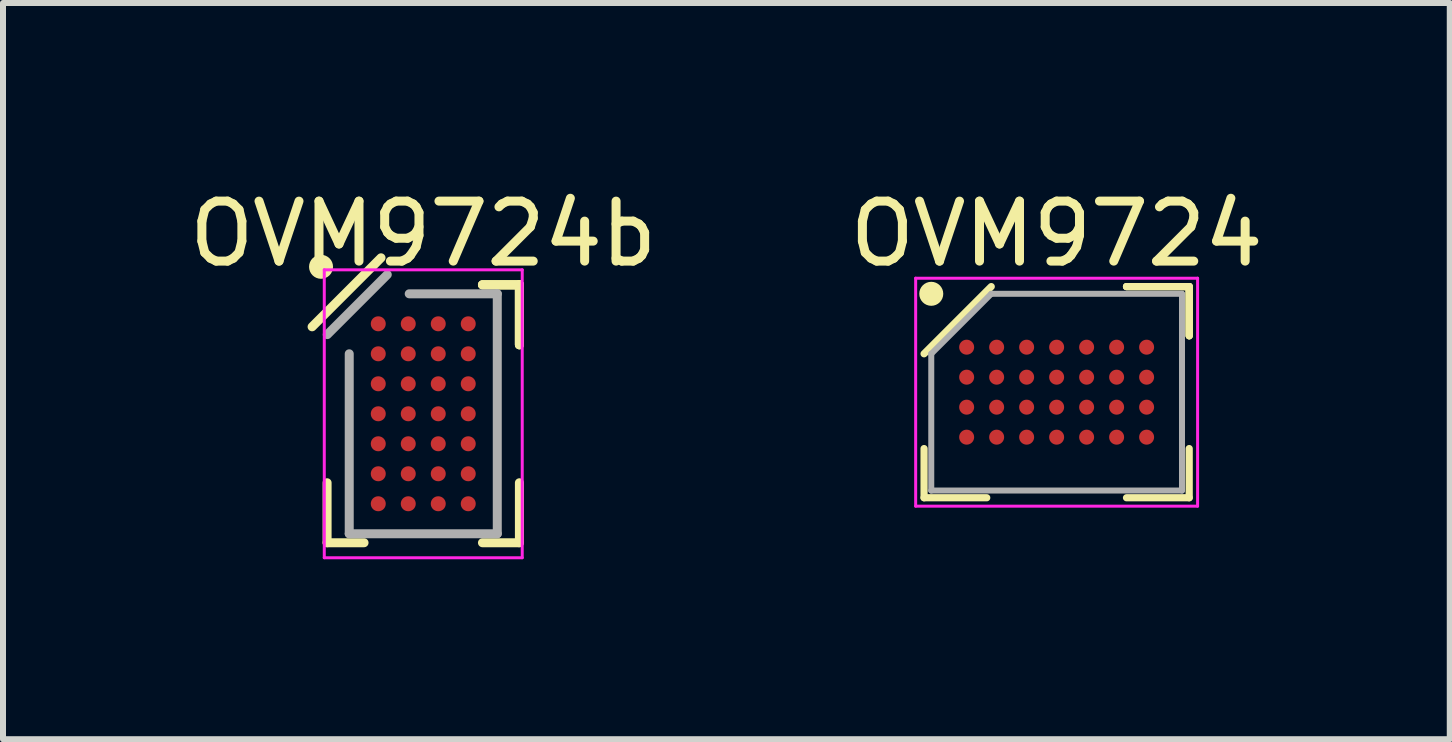
<source format=kicad_pcb>
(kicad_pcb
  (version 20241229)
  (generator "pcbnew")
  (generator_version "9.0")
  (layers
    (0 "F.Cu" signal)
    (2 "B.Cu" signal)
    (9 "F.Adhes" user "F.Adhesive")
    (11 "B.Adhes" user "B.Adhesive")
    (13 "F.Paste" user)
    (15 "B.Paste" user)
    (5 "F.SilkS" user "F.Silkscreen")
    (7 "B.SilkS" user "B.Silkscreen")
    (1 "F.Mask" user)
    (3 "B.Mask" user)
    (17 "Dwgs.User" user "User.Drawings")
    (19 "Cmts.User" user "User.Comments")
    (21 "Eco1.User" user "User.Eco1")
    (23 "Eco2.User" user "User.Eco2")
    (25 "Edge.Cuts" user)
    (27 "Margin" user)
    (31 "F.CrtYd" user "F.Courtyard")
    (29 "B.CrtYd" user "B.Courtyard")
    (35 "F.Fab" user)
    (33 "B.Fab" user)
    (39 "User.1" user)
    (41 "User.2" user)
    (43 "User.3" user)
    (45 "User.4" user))
  (footprint "OVM9724"
    (layer "F.Cu")
    (at 14.565 3.488)
    (property "Reference" "OVM9724" (at 0 -2.64 0) (layer "F.SilkS") (effects (font (size 1 1) (thickness 0.15))))
    (attr smd)
    (fp_line (start -2.21 1.76) (end -2.21 0.94) (stroke (width 0.12) (type solid)) (layer "F.SilkS"))
    (fp_line (start -1.165 1.76) (end -2.21 1.76) (stroke (width 0.12) (type solid)) (layer "F.SilkS"))
    (fp_line (start -1.09 -1.76) (end -2.21 -0.64) (stroke (width 0.12) (type solid)) (layer "F.SilkS"))
    (fp_line (start 1.165 -1.76) (end 2.21 -1.76) (stroke (width 0.12) (type solid)) (layer "F.SilkS"))
    (fp_line (start 1.165 -1.76) (end 2.21 -1.76) (stroke (width 0.12) (type solid)) (layer "F.SilkS"))
    (fp_line (start 1.165 -1.76) (end 2.21 -1.76) (stroke (width 0.12) (type solid)) (layer "F.SilkS"))
    (fp_line (start 1.165 1.76) (end 2.21 1.76) (stroke (width 0.12) (type solid)) (layer "F.SilkS"))
    (fp_line (start 2.21 -1.76) (end 2.21 -0.94) (stroke (width 0.12) (type solid)) (layer "F.SilkS"))
    (fp_line (start 2.21 -1.76) (end 2.21 -0.94) (stroke (width 0.12) (type solid)) (layer "F.SilkS"))
    (fp_line (start 2.21 -1.76) (end 2.21 -0.94) (stroke (width 0.12) (type solid)) (layer "F.SilkS"))
    (fp_line (start 2.21 1.76) (end 2.21 0.94) (stroke (width 0.12) (type solid)) (layer "F.SilkS"))
    (fp_circle (center -2.09 -1.64) (end -2.09 -1.54) (stroke (width 0.2) (type solid)) (fill no) (layer "F.SilkS"))
    (fp_line (start -2.35 -1.9) (end 2.35 -1.9) (stroke (width 0.05) (type solid)) (layer "F.CrtYd"))
    (fp_line (start -2.35 1.9) (end -2.35 -1.9) (stroke (width 0.05) (type solid)) (layer "F.CrtYd"))
    (fp_line (start 2.35 -1.9) (end 2.35 1.9) (stroke (width 0.05) (type solid)) (layer "F.CrtYd"))
    (fp_line (start 2.35 1.9) (end -2.35 1.9) (stroke (width 0.05) (type solid)) (layer "F.CrtYd"))
    (fp_line (start -2.09 -0.64) (end -2.09 1.64) (stroke (width 0.1) (type solid)) (layer "F.Fab"))
    (fp_line (start -2.09 1.64) (end 2.09 1.64) (stroke (width 0.1) (type solid)) (layer "F.Fab"))
    (fp_line (start -1.09 -1.64) (end -2.09 -0.64) (stroke (width 0.1) (type solid)) (layer "F.Fab"))
    (fp_line (start 2.09 -1.64) (end -1.09 -1.64) (stroke (width 0.1) (type solid)) (layer "F.Fab"))
    (fp_line (start 2.09 1.64) (end 2.09 -1.64) (stroke (width 0.1) (type solid)) (layer "F.Fab"))
    (pad "A1" smd circle (at -1.5 -0.75) (size 0.25 0.25) (layers "F.Cu" "F.Mask" "F.Paste"))
    (pad "A2" smd circle (at -1 -0.75) (size 0.25 0.25) (layers "F.Cu" "F.Mask" "F.Paste"))
    (pad "A3" smd circle (at -0.5 -0.75) (size 0.25 0.25) (layers "F.Cu" "F.Mask" "F.Paste"))
    (pad "A4" smd circle (at 0 -0.75) (size 0.25 0.25) (layers "F.Cu" "F.Mask" "F.Paste"))
    (pad "A5" smd circle (at 0.5 -0.75) (size 0.25 0.25) (layers "F.Cu" "F.Mask" "F.Paste"))
    (pad "A6" smd circle (at 1 -0.75) (size 0.25 0.25) (layers "F.Cu" "F.Mask" "F.Paste"))
    (pad "A7" smd circle (at 1.5 -0.75) (size 0.25 0.25) (layers "F.Cu" "F.Mask" "F.Paste"))
    (pad "B1" smd circle (at -1.5 -0.25) (size 0.25 0.25) (layers "F.Cu" "F.Mask" "F.Paste"))
    (pad "B2" smd circle (at -1 -0.25) (size 0.25 0.25) (layers "F.Cu" "F.Mask" "F.Paste"))
    (pad "B3" smd circle (at -0.5 -0.25) (size 0.25 0.25) (layers "F.Cu" "F.Mask" "F.Paste"))
    (pad "B4" smd circle (at 0 -0.25) (size 0.25 0.25) (layers "F.Cu" "F.Mask" "F.Paste"))
    (pad "B5" smd circle (at 0.5 -0.25) (size 0.25 0.25) (layers "F.Cu" "F.Mask" "F.Paste"))
    (pad "B6" smd circle (at 1 -0.25) (size 0.25 0.25) (layers "F.Cu" "F.Mask" "F.Paste"))
    (pad "B7" smd circle (at 1.5 -0.25) (size 0.25 0.25) (layers "F.Cu" "F.Mask" "F.Paste"))
    (pad "C1" smd circle (at -1.5 0.25) (size 0.25 0.25) (layers "F.Cu" "F.Mask" "F.Paste"))
    (pad "C2" smd circle (at -1 0.25) (size 0.25 0.25) (layers "F.Cu" "F.Mask" "F.Paste"))
    (pad "C3" smd circle (at -0.5 0.25) (size 0.25 0.25) (layers "F.Cu" "F.Mask" "F.Paste"))
    (pad "C4" smd circle (at 0 0.25) (size 0.25 0.25) (layers "F.Cu" "F.Mask" "F.Paste"))
    (pad "C5" smd circle (at 0.5 0.25) (size 0.25 0.25) (layers "F.Cu" "F.Mask" "F.Paste"))
    (pad "C6" smd circle (at 1 0.25) (size 0.25 0.25) (layers "F.Cu" "F.Mask" "F.Paste"))
    (pad "C7" smd circle (at 1.5 0.25) (size 0.25 0.25) (layers "F.Cu" "F.Mask" "F.Paste"))
    (pad "D1" smd circle (at -1.5 0.75) (size 0.25 0.25) (layers "F.Cu" "F.Mask" "F.Paste"))
    (pad "D2" smd circle (at -1 0.75) (size 0.25 0.25) (layers "F.Cu" "F.Mask" "F.Paste"))
    (pad "D3" smd circle (at -0.5 0.75) (size 0.25 0.25) (layers "F.Cu" "F.Mask" "F.Paste"))
    (pad "D4" smd circle (at 0 0.75) (size 0.25 0.25) (layers "F.Cu" "F.Mask" "F.Paste"))
    (pad "D5" smd circle (at 0.5 0.75) (size 0.25 0.25) (layers "F.Cu" "F.Mask" "F.Paste"))
    (pad "D6" smd circle (at 1 0.75) (size 0.25 0.25) (layers "F.Cu" "F.Mask" "F.Paste"))
    (pad "D7" smd circle (at 1.5 0.75) (size 0.25 0.25) (layers "F.Cu" "F.Mask" "F.Paste")))
  (footprint "OVM9724b"
    (layer "F.Cu")
    (at 4.006 3.848)
    (property "Reference" "OVM9724b" (at 0 -3 0) (layer "F.SilkS") (effects (font (size 1 1) (thickness 0.15))))
    (attr smd)
    (fp_line (start -1.603 2.15) (end -1.603 1.15) (stroke (width 0.15) (type solid)) (layer "F.SilkS"))
    (fp_line (start -0.987 2.15) (end -1.603 2.15) (stroke (width 0.15) (type solid)) (layer "F.SilkS"))
    (fp_line (start -0.704 -2.6) (end -1.853 -1.45) (stroke (width 0.15) (type solid)) (layer "F.SilkS"))
    (fp_line (start 0.987 -2.15) (end 1.603 -2.15) (stroke (width 0.15) (type solid)) (layer "F.SilkS"))
    (fp_line (start 0.987 -2.15) (end 1.603 -2.15) (stroke (width 0.15) (type solid)) (layer "F.SilkS"))
    (fp_line (start 0.987 -2.15) (end 1.603 -2.15) (stroke (width 0.15) (type solid)) (layer "F.SilkS"))
    (fp_line (start 0.987 2.15) (end 1.603 2.15) (stroke (width 0.15) (type solid)) (layer "F.SilkS"))
    (fp_line (start 1.603 -2.15) (end 1.603 -1.15) (stroke (width 0.15) (type solid)) (layer "F.SilkS"))
    (fp_line (start 1.603 -2.15) (end 1.603 -1.15) (stroke (width 0.15) (type solid)) (layer "F.SilkS"))
    (fp_line (start 1.603 -2.15) (end 1.603 -1.15) (stroke (width 0.15) (type solid)) (layer "F.SilkS"))
    (fp_line (start 1.603 2.15) (end 1.603 1.15) (stroke (width 0.15) (type solid)) (layer "F.SilkS"))
    (fp_circle (center -1.704 -2.45) (end -1.704 -2.35) (stroke (width 0.2) (type solid)) (fill no) (layer "F.SilkS"))
    (fp_line (start -1.65 -2.4) (end 1.65 -2.4) (stroke (width 0.05) (type solid)) (layer "F.CrtYd"))
    (fp_line (start -1.65 2.4) (end -1.65 -2.4) (stroke (width 0.05) (type solid)) (layer "F.CrtYd"))
    (fp_line (start 1.65 -2.4) (end 1.65 2.4) (stroke (width 0.05) (type solid)) (layer "F.CrtYd"))
    (fp_line (start 1.65 2.4) (end -1.65 2.4) (stroke (width 0.05) (type solid)) (layer "F.CrtYd"))
    (fp_line (start -1.234 -1) (end -1.234 2) (stroke (width 0.15) (type solid)) (layer "F.Fab"))
    (fp_line (start -1.234 2) (end 1.234 2) (stroke (width 0.15) (type solid)) (layer "F.Fab"))
    (fp_line (start -0.6 -2.32) (end -1.6 -1.32) (stroke (width 0.15) (type solid)) (layer "F.Fab"))
    (fp_line (start 1.234 -2) (end -0.234 -2) (stroke (width 0.15) (type solid)) (layer "F.Fab"))
    (fp_line (start 1.234 2) (end 1.234 -2) (stroke (width 0.15) (type solid)) (layer "F.Fab"))
    (pad "A1" smd circle (at -0.75 -1.5) (size 0.25 0.25) (layers "F.Cu" "F.Mask" "F.Paste"))
    (pad "A2" smd circle (at -0.25 -1.5) (size 0.25 0.25) (layers "F.Cu" "F.Mask" "F.Paste"))
    (pad "A3" smd circle (at 0.25 -1.5) (size 0.25 0.25) (layers "F.Cu" "F.Mask" "F.Paste"))
    (pad "A4" smd circle (at 0.75 -1.5) (size 0.25 0.25) (layers "F.Cu" "F.Mask" "F.Paste"))
    (pad "B1" smd circle (at -0.75 -1) (size 0.25 0.25) (layers "F.Cu" "F.Mask" "F.Paste"))
    (pad "B2" smd circle (at -0.25 -1) (size 0.25 0.25) (layers "F.Cu" "F.Mask" "F.Paste"))
    (pad "B3" smd circle (at 0.25 -1) (size 0.25 0.25) (layers "F.Cu" "F.Mask" "F.Paste"))
    (pad "B4" smd circle (at 0.75 -1) (size 0.25 0.25) (layers "F.Cu" "F.Mask" "F.Paste"))
    (pad "C1" smd circle (at -0.75 -0.5) (size 0.25 0.25) (layers "F.Cu" "F.Mask" "F.Paste"))
    (pad "C2" smd circle (at -0.25 -0.5) (size 0.25 0.25) (layers "F.Cu" "F.Mask" "F.Paste"))
    (pad "C3" smd circle (at 0.25 -0.5) (size 0.25 0.25) (layers "F.Cu" "F.Mask" "F.Paste"))
    (pad "C4" smd circle (at 0.75 -0.5) (size 0.25 0.25) (layers "F.Cu" "F.Mask" "F.Paste"))
    (pad "D1" smd circle (at -0.75 0) (size 0.25 0.25) (layers "F.Cu" "F.Mask" "F.Paste"))
    (pad "D2" smd circle (at -0.25 0) (size 0.25 0.25) (layers "F.Cu" "F.Mask" "F.Paste"))
    (pad "D3" smd circle (at 0.25 0) (size 0.25 0.25) (layers "F.Cu" "F.Mask" "F.Paste"))
    (pad "D4" smd circle (at 0.75 0) (size 0.25 0.25) (layers "F.Cu" "F.Mask" "F.Paste"))
    (pad "E1" smd circle (at -0.75 0.5) (size 0.25 0.25) (layers "F.Cu" "F.Mask" "F.Paste"))
    (pad "E2" smd circle (at -0.25 0.5) (size 0.25 0.25) (layers "F.Cu" "F.Mask" "F.Paste"))
    (pad "E3" smd circle (at 0.25 0.5) (size 0.25 0.25) (layers "F.Cu" "F.Mask" "F.Paste"))
    (pad "E4" smd circle (at 0.75 0.5) (size 0.25 0.25) (layers "F.Cu" "F.Mask" "F.Paste"))
    (pad "F1" smd circle (at -0.75 1) (size 0.25 0.25) (layers "F.Cu" "F.Mask" "F.Paste"))
    (pad "F2" smd circle (at -0.25 1) (size 0.25 0.25) (layers "F.Cu" "F.Mask" "F.Paste"))
    (pad "F3" smd circle (at 0.25 1) (size 0.25 0.25) (layers "F.Cu" "F.Mask" "F.Paste"))
    (pad "F4" smd circle (at 0.75 1) (size 0.25 0.25) (layers "F.Cu" "F.Mask" "F.Paste"))
    (pad "G1" smd circle (at -0.75 1.5) (size 0.25 0.25) (layers "F.Cu" "F.Mask" "F.Paste"))
    (pad "G2" smd circle (at -0.25 1.5) (size 0.25 0.25) (layers "F.Cu" "F.Mask" "F.Paste"))
    (pad "G3" smd circle (at 0.25 1.5) (size 0.25 0.25) (layers "F.Cu" "F.Mask" "F.Paste"))
    (pad "G4" smd circle (at 0.75 1.5) (size 0.25 0.25) (layers "F.Cu" "F.Mask" "F.Paste")))
  (gr_rect
    (start -3 -3)
    (end 21.119 9.273)
    (stroke (width 0.1) (type default))
    (fill no)
    (layer "Edge.Cuts")))
</source>
